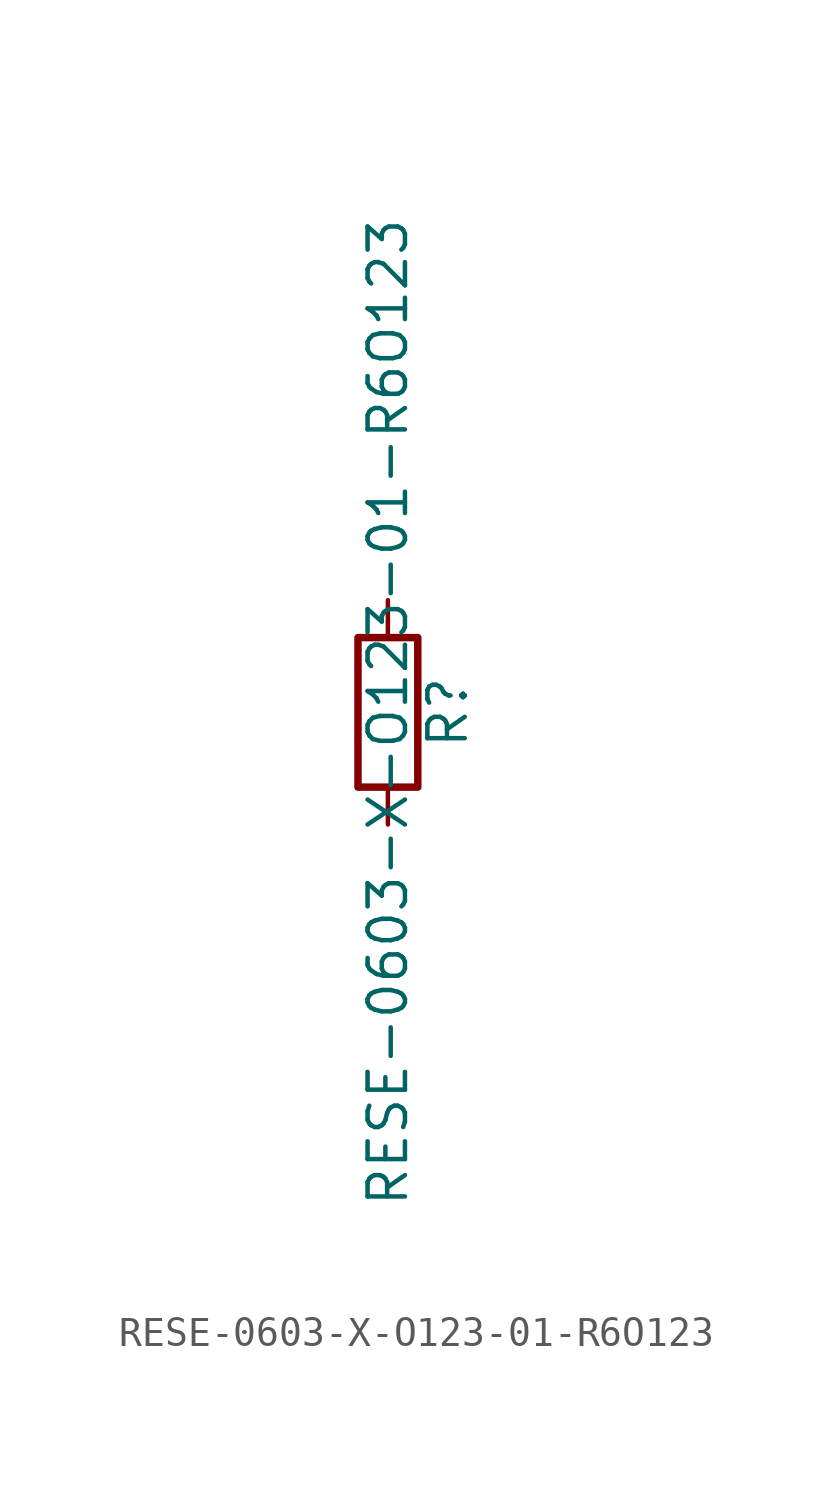
<source format=kicad_sym>
(kicad_symbol_lib
  (version 20211014)
  (generator kicad_symbol_editor)
  (symbol "RESE-0603-X-O123-01-R6O123"
    (pin_numbers hide)
    (pin_names
      (offset 0))
    (property "Reference" "R"
      (at 2.032 0 90)
      (effects (font (size 1.27 1.27))))
    (property "Value" "RESE-0603-X-O123-01-R6O123"
      (at 0 0 90)
      (effects (font (size 1.27 1.27))))
    (symbol "RESE-0603-X-O123-01-R6O123_0_1"
      (rectangle (start -1.016 -2.54) (end 1.016 2.54) (stroke (width 0.254) (type default) (color 0 0 0 0)) (fill (type none))))
    (symbol "RESE-0603-X-O123-01-R6O123_1_1"
      (pin passive line (at 0 3.81 270) (length 1.27) (name "~" (effects (font (size 1.27 1.27)))) (number "1" (effects (font (size 1.27 1.27)))))
      (pin passive line (at 0 -3.81 90) (length 1.27) (name "~" (effects (font (size 1.27 1.27)))) (number "2" (effects (font (size 1.27 1.27))))))))
</source>
